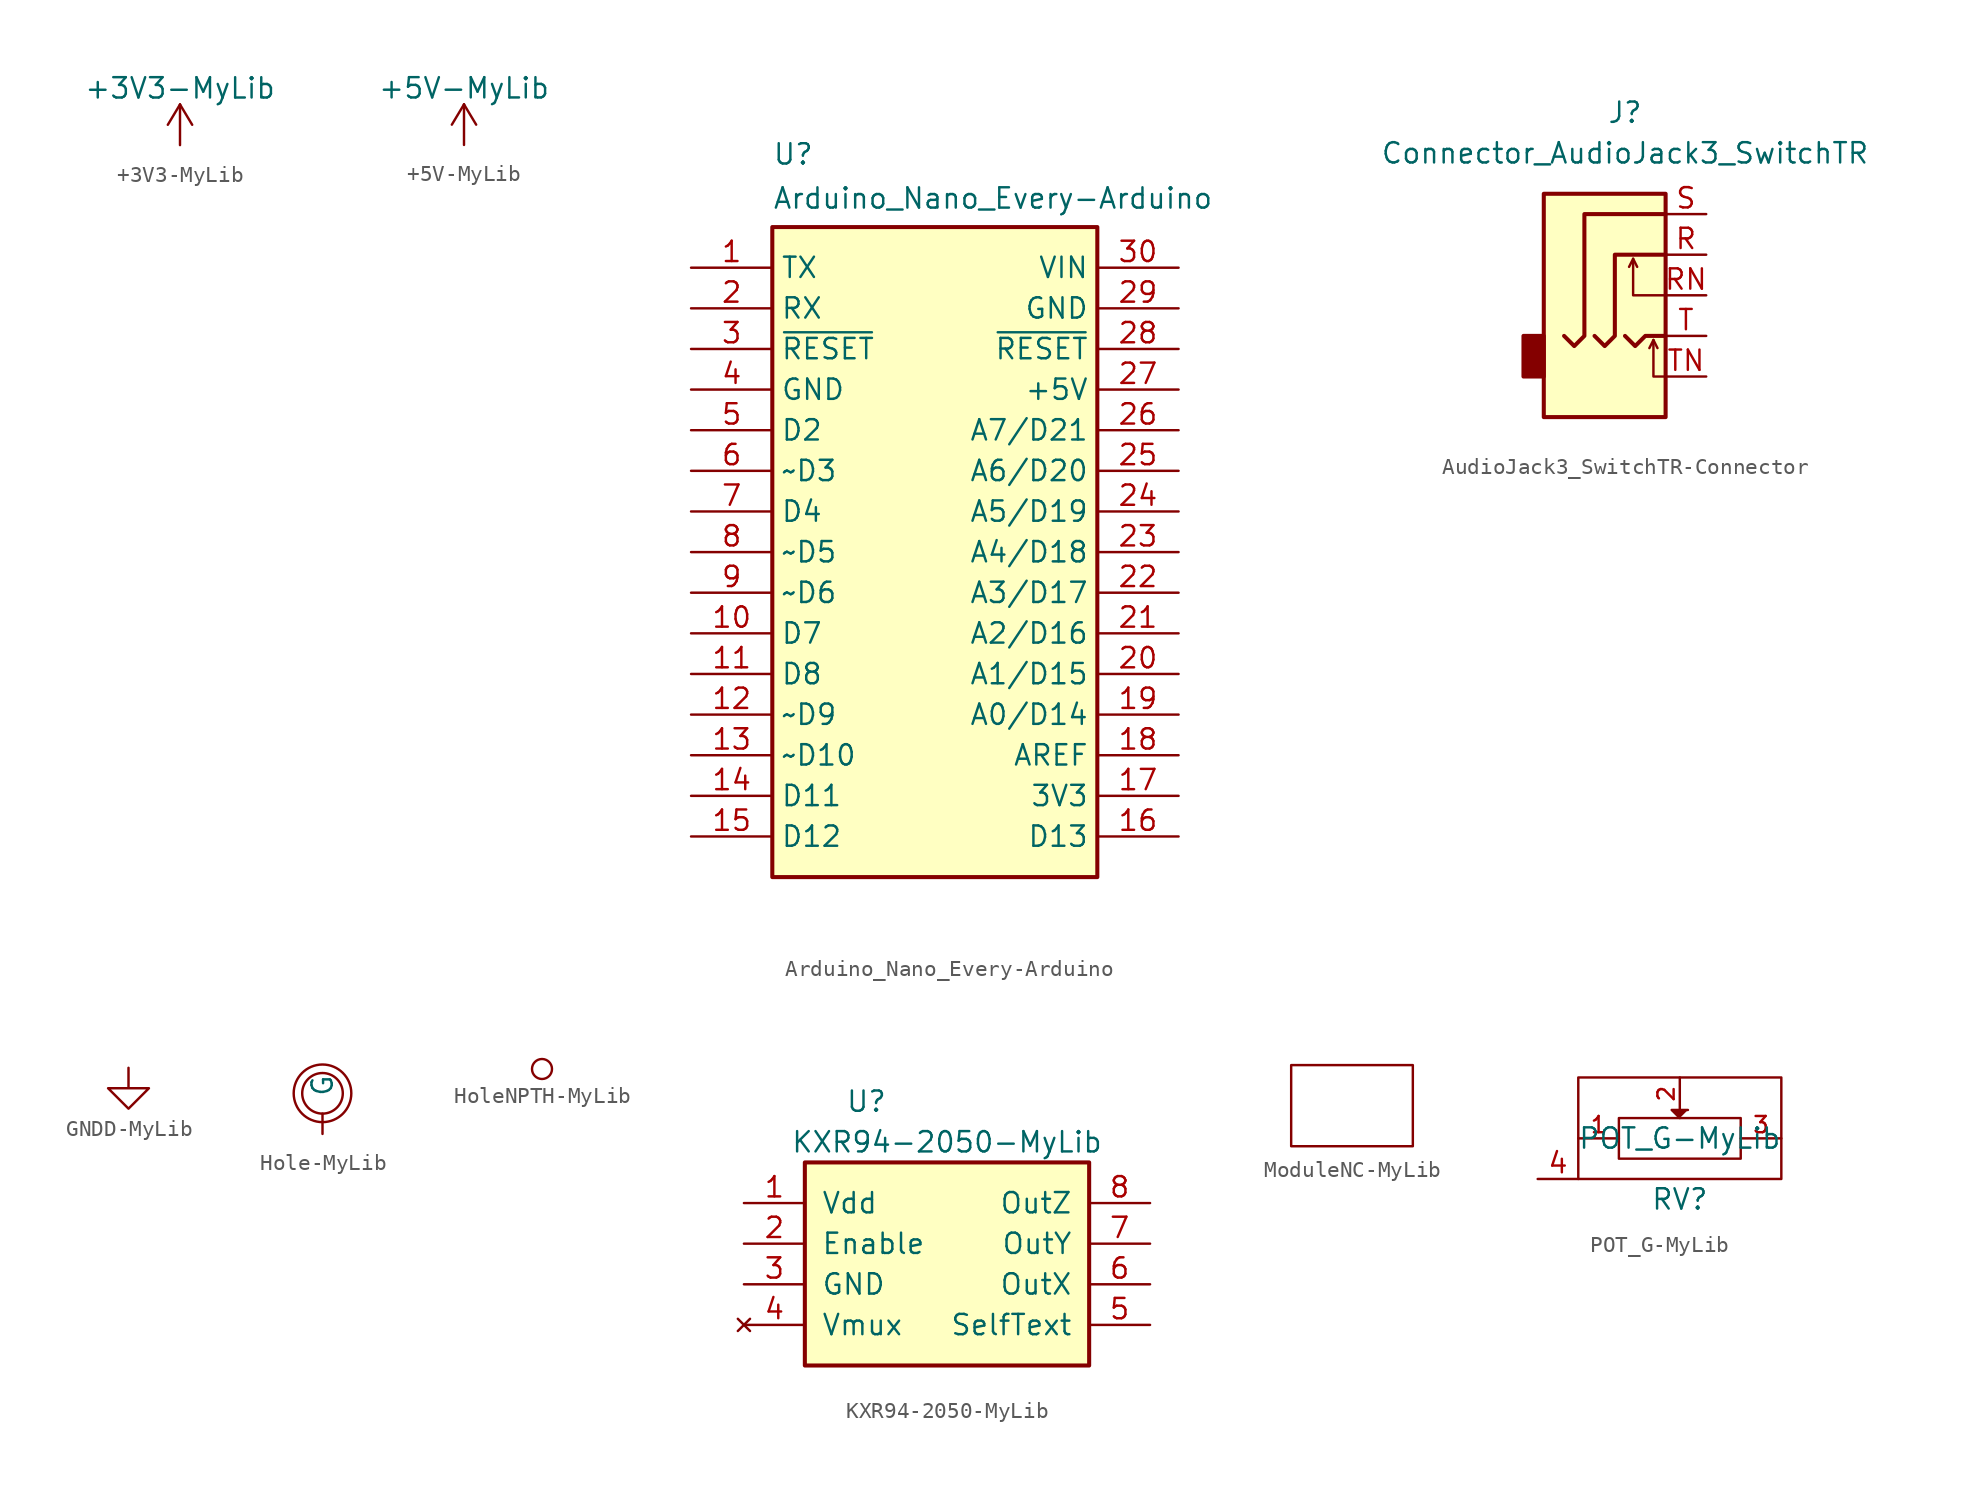
<source format=kicad_sym>
(kicad_symbol_lib
  (version 20231120)
  (generator "kicad_symbol_editor")
  (generator_version "8.0")
  (symbol "+3V3-MyLib"
    (power)
    (pin_names
      (offset 0))
    (property "Reference" "#PWR"
      (at 0 -3.81 0)
      (effects (font (size 1.27 1.27)) (hide yes)))
    (property "Value" "+3V3-MyLib"
      (at 0 3.556 0)
      (effects (font (size 1.27 1.27))))
    (property "Footprint" ""
      (at 0 0 0)
      (effects (font (size 1.27 1.27))))
    (property "Datasheet" ""
      (at 0 0 0)
      (effects (font (size 1.27 1.27))))
    (symbol "+3V3-MyLib_0_1"
      (polyline (pts (xy -0.762 1.27) (xy 0 2.54)) (stroke (width 0) (type solid)) (fill (type none)))
      (polyline (pts (xy 0 0) (xy 0 2.54)) (stroke (width 0) (type solid)) (fill (type none)))
      (polyline (pts (xy 0 2.54) (xy 0.762 1.27)) (stroke (width 0) (type solid)) (fill (type none))))
    (symbol "+3V3-MyLib_1_1"
      (pin power_in line (at 0 0 90) (length 0) hide (name "+3V3" (effects (font (size 0 0)))) (number "1" (effects (font (size 0 0)))))))
  (symbol "+5V-MyLib"
    (power)
    (pin_names
      (offset 0))
    (property "Reference" "#PWR"
      (at 0 -3.81 0)
      (effects (font (size 1.27 1.27)) (hide yes)))
    (property "Value" "+5V-MyLib"
      (at 0 3.556 0)
      (effects (font (size 1.27 1.27))))
    (property "Footprint" ""
      (at 0 0 0)
      (effects (font (size 1.27 1.27))))
    (property "Datasheet" ""
      (at 0 0 0)
      (effects (font (size 1.27 1.27))))
    (symbol "+5V-MyLib_0_1"
      (polyline (pts (xy -0.762 1.27) (xy 0 2.54)) (stroke (width 0) (type solid)) (fill (type none)))
      (polyline (pts (xy 0 0) (xy 0 2.54)) (stroke (width 0) (type solid)) (fill (type none)))
      (polyline (pts (xy 0 2.54) (xy 0.762 1.27)) (stroke (width 0) (type solid)) (fill (type none))))
    (symbol "+5V-MyLib_1_1"
      (pin power_in line (at 0 0 90) (length 0) hide (name "+5V" (effects (font (size 0 0)))) (number "1" (effects (font (size 0 0)))))))
  (symbol "Arduino_Nano_Every-Arduino"
    (property "Reference" "U"
      (at -10.16 26.67 0)
      (effects (font (size 1.27 1.27)) (justify left bottom)))
    (property "Value" "Arduino_Nano_Every-Arduino"
      (at -10.16 25.4 0)
      (effects (font (size 1.27 1.27)) (justify left top)))
    (symbol "Arduino_Nano_Every-Arduino_0_1"
      (rectangle (start -10.16 22.86) (end 10.16 -17.78) (stroke (width 0.254) (type solid)) (fill (type background))))
    (symbol "Arduino_Nano_Every-Arduino_1_1"
      (pin bidirectional line (at -15.24 20.32 0) (length 5.08) (name "TX" (effects (font (size 1.27 1.27)))) (number "1" (effects (font (size 1.27 1.27)))))
      (pin bidirectional line (at -15.24 -2.54 0) (length 5.08) (name "D7" (effects (font (size 1.27 1.27)))) (number "10" (effects (font (size 1.27 1.27)))))
      (pin bidirectional line (at -15.24 -5.08 0) (length 5.08) (name "D8" (effects (font (size 1.27 1.27)))) (number "11" (effects (font (size 1.27 1.27)))))
      (pin bidirectional line (at -15.24 -7.62 0) (length 5.08) (name "~D9" (effects (font (size 1.27 1.27)))) (number "12" (effects (font (size 1.27 1.27)))))
      (pin bidirectional line (at -15.24 -10.16 0) (length 5.08) (name "~D10" (effects (font (size 1.27 1.27)))) (number "13" (effects (font (size 1.27 1.27)))))
      (pin bidirectional line (at -15.24 -12.7 0) (length 5.08) (name "D11" (effects (font (size 1.27 1.27)))) (number "14" (effects (font (size 1.27 1.27)))))
      (pin bidirectional line (at -15.24 -15.24 0) (length 5.08) (name "D12" (effects (font (size 1.27 1.27)))) (number "15" (effects (font (size 1.27 1.27)))))
      (pin bidirectional line (at 15.24 -15.24 180) (length 5.08) (name "D13" (effects (font (size 1.27 1.27)))) (number "16" (effects (font (size 1.27 1.27)))))
      (pin power_out line (at 15.24 -12.7 180) (length 5.08) (name "3V3" (effects (font (size 1.27 1.27)))) (number "17" (effects (font (size 1.27 1.27)))))
      (pin input line (at 15.24 -10.16 180) (length 5.08) (name "AREF" (effects (font (size 1.27 1.27)))) (number "18" (effects (font (size 1.27 1.27)))))
      (pin bidirectional line (at 15.24 -7.62 180) (length 5.08) (name "A0/D14" (effects (font (size 1.27 1.27)))) (number "19" (effects (font (size 1.27 1.27)))))
      (pin bidirectional line (at -15.24 17.78 0) (length 5.08) (name "RX" (effects (font (size 1.27 1.27)))) (number "2" (effects (font (size 1.27 1.27)))))
      (pin bidirectional line (at 15.24 -5.08 180) (length 5.08) (name "A1/D15" (effects (font (size 1.27 1.27)))) (number "20" (effects (font (size 1.27 1.27)))))
      (pin bidirectional line (at 15.24 -2.54 180) (length 5.08) (name "A2/D16" (effects (font (size 1.27 1.27)))) (number "21" (effects (font (size 1.27 1.27)))))
      (pin bidirectional line (at 15.24 0 180) (length 5.08) (name "A3/D17" (effects (font (size 1.27 1.27)))) (number "22" (effects (font (size 1.27 1.27)))))
      (pin bidirectional line (at 15.24 2.54 180) (length 5.08) (name "A4/D18" (effects (font (size 1.27 1.27)))) (number "23" (effects (font (size 1.27 1.27)))))
      (pin bidirectional line (at 15.24 5.08 180) (length 5.08) (name "A5/D19" (effects (font (size 1.27 1.27)))) (number "24" (effects (font (size 1.27 1.27)))))
      (pin bidirectional line (at 15.24 7.62 180) (length 5.08) (name "A6/D20" (effects (font (size 1.27 1.27)))) (number "25" (effects (font (size 1.27 1.27)))))
      (pin bidirectional line (at 15.24 10.16 180) (length 5.08) (name "A7/D21" (effects (font (size 1.27 1.27)))) (number "26" (effects (font (size 1.27 1.27)))))
      (pin power_out line (at 15.24 12.7 180) (length 5.08) (name "+5V" (effects (font (size 1.27 1.27)))) (number "27" (effects (font (size 1.27 1.27)))))
      (pin input line (at 15.24 15.24 180) (length 5.08) (name "~{RESET}" (effects (font (size 1.27 1.27)))) (number "28" (effects (font (size 1.27 1.27)))))
      (pin power_in line (at 15.24 17.78 180) (length 5.08) (name "GND" (effects (font (size 1.27 1.27)))) (number "29" (effects (font (size 1.27 1.27)))))
      (pin input line (at -15.24 15.24 0) (length 5.08) (name "~{RESET}" (effects (font (size 1.27 1.27)))) (number "3" (effects (font (size 1.27 1.27)))))
      (pin power_in line (at 15.24 20.32 180) (length 5.08) (name "VIN" (effects (font (size 1.27 1.27)))) (number "30" (effects (font (size 1.27 1.27)))))
      (pin power_in line (at -15.24 12.7 0) (length 5.08) (name "GND" (effects (font (size 1.27 1.27)))) (number "4" (effects (font (size 1.27 1.27)))))
      (pin bidirectional line (at -15.24 10.16 0) (length 5.08) (name "D2" (effects (font (size 1.27 1.27)))) (number "5" (effects (font (size 1.27 1.27)))))
      (pin bidirectional line (at -15.24 7.62 0) (length 5.08) (name "~D3" (effects (font (size 1.27 1.27)))) (number "6" (effects (font (size 1.27 1.27)))))
      (pin bidirectional line (at -15.24 5.08 0) (length 5.08) (name "D4" (effects (font (size 1.27 1.27)))) (number "7" (effects (font (size 1.27 1.27)))))
      (pin bidirectional line (at -15.24 2.54 0) (length 5.08) (name "~D5" (effects (font (size 1.27 1.27)))) (number "8" (effects (font (size 1.27 1.27)))))
      (pin bidirectional line (at -15.24 0 0) (length 5.08) (name "~D6" (effects (font (size 1.27 1.27)))) (number "9" (effects (font (size 1.27 1.27)))))))
  (symbol "AudioJack3_SwitchTR-Connector"
    (property "Reference" "J"
      (at 0 8.89 0)
      (effects (font (size 1.27 1.27))))
    (property "Value" "Connector_AudioJack3_SwitchTR"
      (at 0 6.35 0)
      (effects (font (size 1.27 1.27))))
    (symbol "AudioJack3_SwitchTR-Connector_0_1"
      (rectangle (start -5.08 -5.08) (end -6.35 -7.62) (stroke (width 0.254) (type solid)) (fill (type outline)))
      (polyline (pts (xy 0.508 -0.254) (xy 0.762 -0.762)) (stroke (width 0) (type solid)) (fill (type none)))
      (polyline (pts (xy 1.778 -5.334) (xy 2.032 -5.842)) (stroke (width 0) (type solid)) (fill (type none)))
      (polyline (pts (xy 0 -5.08) (xy 0.635 -5.715) (xy 1.27 -5.08) (xy 2.54 -5.08)) (stroke (width 0.254) (type solid)) (fill (type none)))
      (polyline (pts (xy 2.54 -7.62) (xy 1.778 -7.62) (xy 1.778 -5.334) (xy 1.524 -5.842)) (stroke (width 0) (type solid)) (fill (type none)))
      (polyline (pts (xy 2.54 -2.54) (xy 0.508 -2.54) (xy 0.508 -0.254) (xy 0.254 -0.762)) (stroke (width 0) (type solid)) (fill (type none)))
      (polyline (pts (xy -1.905 -5.08) (xy -1.27 -5.715) (xy -0.635 -5.08) (xy -0.635 0) (xy 2.54 0)) (stroke (width 0.254) (type solid)) (fill (type none)))
      (polyline (pts (xy 2.54 2.54) (xy -2.54 2.54) (xy -2.54 -5.08) (xy -3.175 -5.715) (xy -3.81 -5.08)) (stroke (width 0.254) (type solid)) (fill (type none)))
      (rectangle (start 2.54 3.81) (end -5.08 -10.16) (stroke (width 0.254) (type solid)) (fill (type background))))
    (symbol "AudioJack3_SwitchTR-Connector_1_1"
      (pin passive line (at 5.08 0 180) (length 2.54) (name "~" (effects (font (size 1.27 1.27)))) (number "R" (effects (font (size 1.27 1.27)))))
      (pin passive line (at 5.08 -2.54 180) (length 2.54) (name "~" (effects (font (size 1.27 1.27)))) (number "RN" (effects (font (size 1.27 1.27)))))
      (pin passive line (at 5.08 2.54 180) (length 2.54) (name "~" (effects (font (size 1.27 1.27)))) (number "S" (effects (font (size 1.27 1.27)))))
      (pin passive line (at 5.08 -5.08 180) (length 2.54) (name "~" (effects (font (size 1.27 1.27)))) (number "T" (effects (font (size 1.27 1.27)))))
      (pin passive line (at 5.08 -7.62 180) (length 2.54) (name "~" (effects (font (size 1.27 1.27)))) (number "TN" (effects (font (size 1.27 1.27)))))))
  (symbol "GNDD-MyLib"
    (power)
    (pin_names
      (offset 0))
    (property "Reference" "#PWR"
      (at 0 -6.35 0)
      (effects (font (size 1.27 1.27)) (hide yes)))
    (property "Footprint" ""
      (at 0 0 0)
      (effects (font (size 1.27 1.27))))
    (property "Datasheet" ""
      (at 0 0 0)
      (effects (font (size 1.27 1.27))))
    (symbol "GNDD-MyLib_0_1"
      (polyline (pts (xy 0 0) (xy 0 -1.27) (xy 1.27 -1.27) (xy 0 -2.54) (xy -1.27 -1.27) (xy 0 -1.27)) (stroke (width 0) (type solid)) (fill (type none))))
    (symbol "GNDD-MyLib_1_1"
      (pin power_in line (at 0 0 270) (length 0) hide (name "GNDD" (effects (font (size 0 0)))) (number "1" (effects (font (size 0 0)))))))
  (symbol "Hole-MyLib"
    (pin_numbers hide)
    (pin_names
      (offset 1.016))
    (property "Reference" "H"
      (at -2.54 -3.81 0)
      (effects (font (size 1.524 1.524)) (hide yes)))
    (symbol "Hole-MyLib_0_1"
      (circle (center 0 0) (radius 1.27) (stroke (width 0) (type solid)) (fill (type none)))
      (circle (center 0 0) (radius 1.803) (stroke (width 0) (type solid)) (fill (type none))))
    (symbol "Hole-MyLib_1_1"
      (pin passive line (at 0 -2.54 90) (length 1.27) (name "G" (effects (font (size 1.27 1.27)))) (number "1" (effects (font (size 1.27 1.27)))))))
  (symbol "HoleNPTH-MyLib"
    (pin_numbers hide)
    (pin_names
      (offset 1.016))
    (property "Reference" "H"
      (at -2.54 -3.81 0)
      (effects (font (size 1.524 1.524)) (hide yes)))
    (symbol "HoleNPTH-MyLib_0_1"
      (circle (center 0 0) (radius 0.635) (stroke (width 0) (type solid)) (fill (type none)))))
  (symbol "KXR94-2050-MyLib"
    (pin_names
      (offset 1.016))
    (property "Reference" "U"
      (at -6.35 11.43 0)
      (effects (font (size 1.27 1.27)) (justify left)))
    (property "Value" "KXR94-2050-MyLib"
      (at 0 8.89 0)
      (effects (font (size 1.27 1.27))))
    (property "Footprint" ""
      (at 0 -2.54 0)
      (effects (font (size 1.27 1.27) (italic yes))))
    (property "Datasheet" ""
      (at 0 -2.54 0)
      (effects (font (size 1.27 1.27))))
    (symbol "KXR94-2050-MyLib_0_1"
      (rectangle (start -8.89 7.62) (end 8.89 -5.08) (stroke (width 0.254) (type solid)) (fill (type background))))
    (symbol "KXR94-2050-MyLib_1_1"
      (pin power_in line (at -12.7 5.08 0) (length 3.81) (name "Vdd" (effects (font (size 1.27 1.27)))) (number "1" (effects (font (size 1.27 1.27)))))
      (pin input line (at -12.7 2.54 0) (length 3.81) (name "Enable" (effects (font (size 1.27 1.27)))) (number "2" (effects (font (size 1.27 1.27)))))
      (pin power_in line (at -12.7 0 0) (length 3.81) (name "GND" (effects (font (size 1.27 1.27)))) (number "3" (effects (font (size 1.27 1.27)))))
      (pin no_connect line (at -12.7 -2.54 0) (length 3.81) (name "Vmux" (effects (font (size 1.27 1.27)))) (number "4" (effects (font (size 1.27 1.27)))))
      (pin input line (at 12.7 -2.54 180) (length 3.81) (name "SelfText" (effects (font (size 1.27 1.27)))) (number "5" (effects (font (size 1.27 1.27)))))
      (pin output line (at 12.7 0 180) (length 3.81) (name "OutX" (effects (font (size 1.27 1.27)))) (number "6" (effects (font (size 1.27 1.27)))))
      (pin output line (at 12.7 2.54 180) (length 3.81) (name "OutY" (effects (font (size 1.27 1.27)))) (number "7" (effects (font (size 1.27 1.27)))))
      (pin output line (at 12.7 5.08 180) (length 3.81) (name "OutZ" (effects (font (size 1.27 1.27)))) (number "8" (effects (font (size 1.27 1.27)))))))
  (symbol "ModuleNC-MyLib"
    (pin_numbers hide)
    (pin_names
      (offset 1.016))
    (property "Reference" "M"
      (at -2.54 -3.81 0)
      (effects (font (size 1.524 1.524)) (hide yes)))
    (symbol "ModuleNC-MyLib_0_1"
      (rectangle (start -3.81 2.54) (end 3.81 -2.54) (stroke (width 0) (type solid)) (fill (type none)))))
  (symbol "POT_G-MyLib"
    (pin_names
      (offset 1.016) hide)
    (property "Reference" "RV"
      (at 0 -3.81 0)
      (effects (font (size 1.27 1.27))))
    (property "Value" "POT_G-MyLib"
      (at 0 0 0)
      (effects (font (size 1.27 1.27))))
    (property "Footprint" ""
      (at 0 0 0)
      (effects (font (size 1.27 1.27))))
    (property "Datasheet" ""
      (at 0 0 0)
      (effects (font (size 1.27 1.27))))
    (symbol "POT_G-MyLib_0_1"
      (rectangle (start -6.35 3.81) (end 6.35 -2.54) (stroke (width 0) (type solid)) (fill (type none)))
      (rectangle (start -3.81 1.27) (end 3.81 -1.27) (stroke (width 0) (type solid)) (fill (type none)))
      (polyline (pts (xy 0 1.27) (xy -0.508 1.778) (xy 0.508 1.778)) (stroke (width 0) (type solid)) (fill (type outline))))
    (symbol "POT_G-MyLib_1_1"
      (pin passive line (at -6.35 0 0) (length 2.54) (name "1" (effects (font (size 1.016 1.016)))) (number "1" (effects (font (size 1.016 1.016)))))
      (pin passive line (at 0 3.81 270) (length 2.032) (name "2" (effects (font (size 1.016 1.016)))) (number "2" (effects (font (size 1.016 1.016)))))
      (pin passive line (at 6.35 0 180) (length 2.54) (name "3" (effects (font (size 1.016 1.016)))) (number "3" (effects (font (size 1.016 1.016)))))
      (pin passive line (at -8.89 -2.54 0) (length 2.54) (name "G" (effects (font (size 1.27 1.27)))) (number "4" (effects (font (size 1.27 1.27))))))))
</source>
